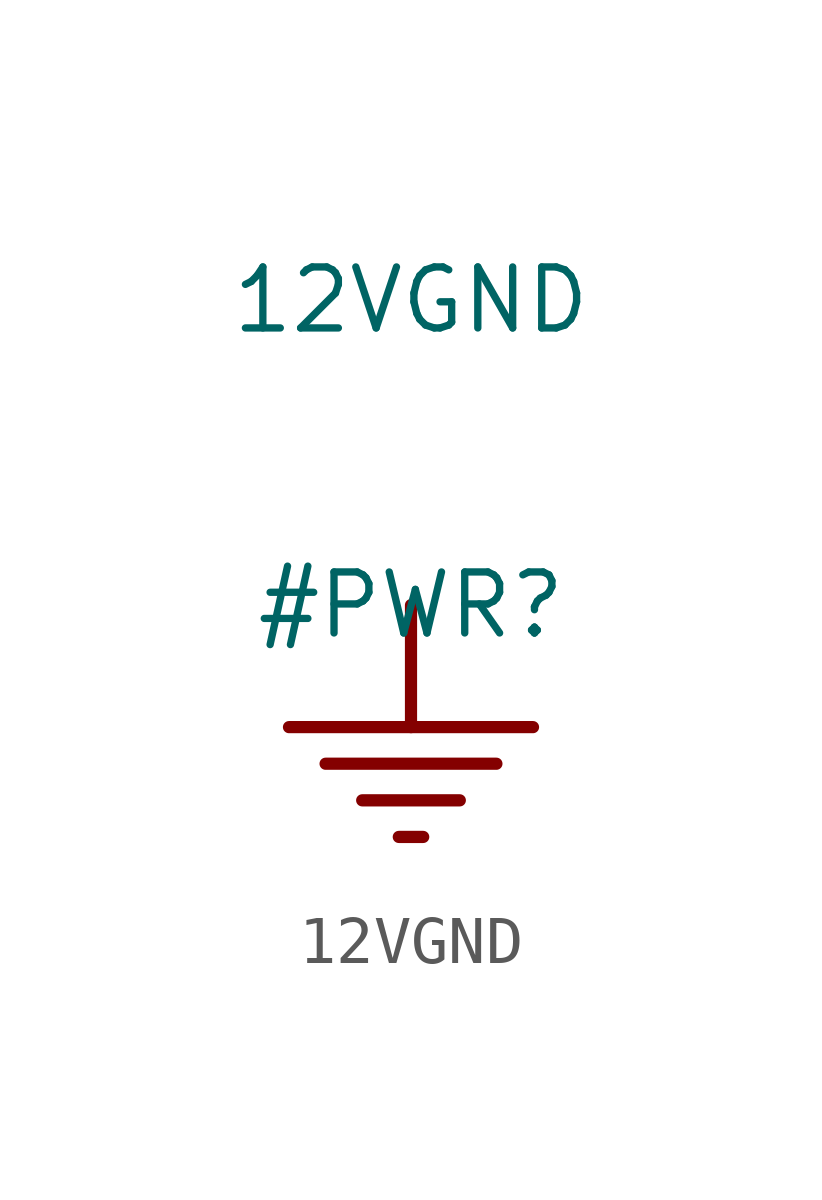
<source format=kicad_sym>
(kicad_symbol_lib
  (version 20220914)
  (generator kicad_symbol_editor)
  (symbol "12VGND"
    (power)
    (property "Reference" "#PWR"
      (at 0 0 0)
      (effects (font (size 1.27 1.27))))
    (property "Value" "12VGND"
      (at 0 6.35 0)
      (effects (font (size 1.27 1.27))))
    (symbol "12VGND_0_0"
      (polyline (pts (xy -2.54 -2.54) (xy 2.54 -2.54)) (stroke (width 0.254) (type solid)) (fill (type none)))
      (polyline (pts (xy -1.778 -3.302) (xy 1.778 -3.302)) (stroke (width 0.254) (type solid)) (fill (type none)))
      (polyline (pts (xy -1.016 -4.064) (xy 1.016 -4.064)) (stroke (width 0.254) (type solid)) (fill (type none)))
      (polyline (pts (xy -0.254 -4.826) (xy 0.254 -4.826)) (stroke (width 0.254) (type solid)) (fill (type none)))
      (polyline (pts (xy 0 0) (xy 0 -2.54)) (stroke (width 0.254) (type solid)) (fill (type none)))
      (pin power_in line (at 0 0 0) (length 0) hide (name "12VGND" (effects (font (size 1.27 1.27)))) (number "" (effects (font (size 1.27 1.27))))))))
</source>
